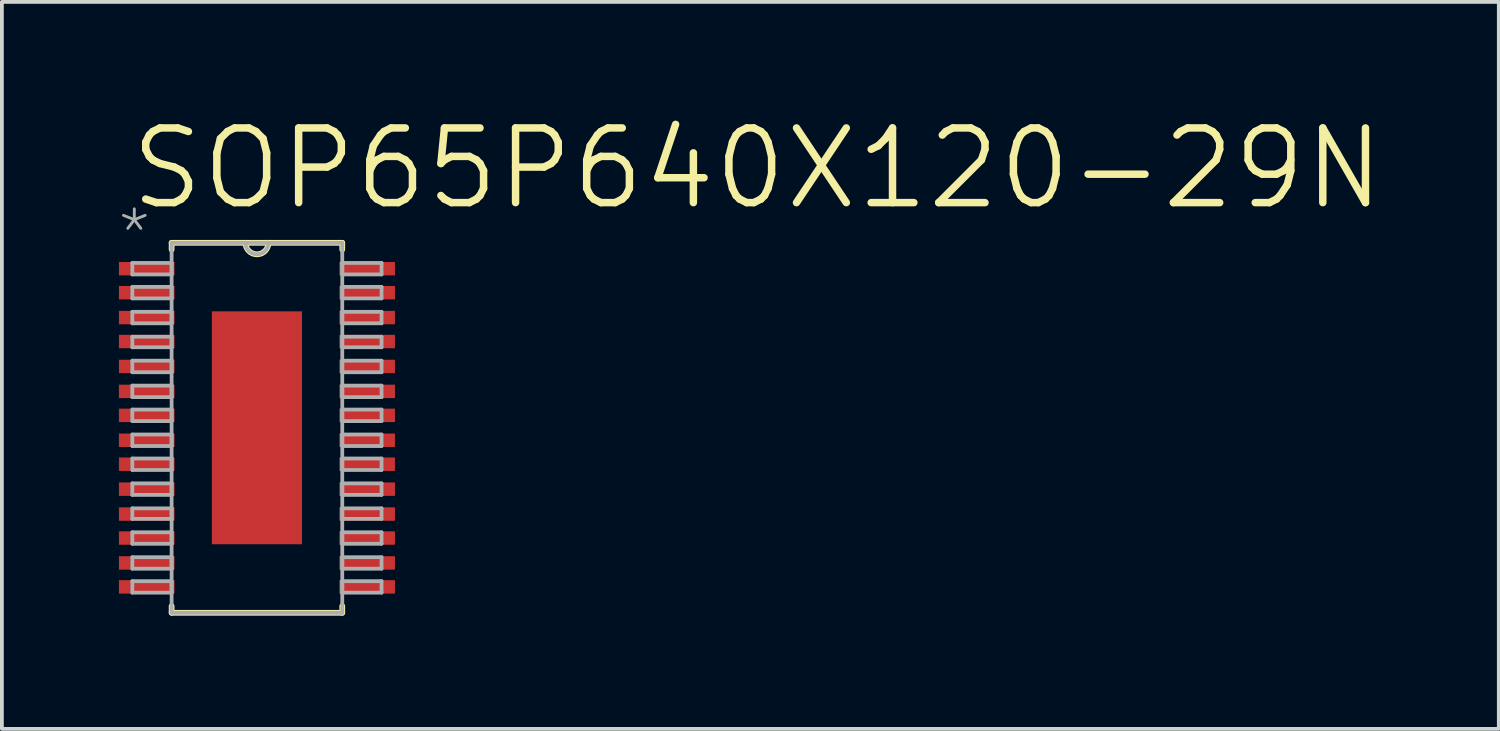
<source format=kicad_pcb>
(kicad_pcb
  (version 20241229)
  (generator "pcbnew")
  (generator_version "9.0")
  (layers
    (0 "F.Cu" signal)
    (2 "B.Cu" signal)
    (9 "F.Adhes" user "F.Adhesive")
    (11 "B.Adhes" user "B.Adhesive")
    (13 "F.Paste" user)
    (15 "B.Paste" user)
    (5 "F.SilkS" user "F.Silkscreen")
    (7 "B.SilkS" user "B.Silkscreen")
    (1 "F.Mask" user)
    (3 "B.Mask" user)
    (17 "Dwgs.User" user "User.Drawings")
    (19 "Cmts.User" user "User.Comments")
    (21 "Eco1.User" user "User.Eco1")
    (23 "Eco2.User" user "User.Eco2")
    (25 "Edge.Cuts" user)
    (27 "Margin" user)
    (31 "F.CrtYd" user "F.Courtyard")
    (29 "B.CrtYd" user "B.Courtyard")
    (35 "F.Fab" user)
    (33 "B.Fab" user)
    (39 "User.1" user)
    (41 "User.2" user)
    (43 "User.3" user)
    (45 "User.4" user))
  (footprint "SOP65P640X120-29N"
    (layer "F.Cu")
    (at 3.759 8.287)
    (property "Reference" "SOP65P640X120-29N" (at -3.454 -5.715 0) (layer "F.SilkS") (effects (font (size 1.979 1.979) (thickness 0.198)) (justify left bottom)))
    (attr through_hole)
    (fp_poly (pts (xy -0.889 -2.921) (xy -0.254 -2.921) (xy -0.254 -2.286) (xy -0.889 -2.286)) (stroke (width 0.15) (type solid)) (fill yes) (layer "F.Mask"))
    (fp_poly (pts (xy -0.889 -1.635) (xy -0.254 -1.635) (xy -0.254 -1) (xy -0.889 -1)) (stroke (width 0.15) (type solid)) (fill yes) (layer "F.Mask"))
    (fp_poly (pts (xy -0.889 -0.349) (xy -0.254 -0.349) (xy -0.254 0.286) (xy -0.889 0.286)) (stroke (width 0.15) (type solid)) (fill yes) (layer "F.Mask"))
    (fp_poly (pts (xy -0.889 0.937) (xy -0.254 0.937) (xy -0.254 1.572) (xy -0.889 1.572)) (stroke (width 0.15) (type solid)) (fill yes) (layer "F.Mask"))
    (fp_poly (pts (xy -0.889 2.223) (xy -0.254 2.223) (xy -0.254 2.857) (xy -0.889 2.857)) (stroke (width 0.15) (type solid)) (fill yes) (layer "F.Mask"))
    (fp_poly (pts (xy 0.254 -2.921) (xy 0.889 -2.921) (xy 0.889 -2.286) (xy 0.254 -2.286)) (stroke (width 0.15) (type solid)) (fill yes) (layer "F.Mask"))
    (fp_poly (pts (xy 0.254 -1.635) (xy 0.889 -1.635) (xy 0.889 -1) (xy 0.254 -1)) (stroke (width 0.15) (type solid)) (fill yes) (layer "F.Mask"))
    (fp_poly (pts (xy 0.254 -0.349) (xy 0.889 -0.349) (xy 0.889 0.286) (xy 0.254 0.286)) (stroke (width 0.15) (type solid)) (fill yes) (layer "F.Mask"))
    (fp_poly (pts (xy 0.254 0.937) (xy 0.889 0.937) (xy 0.889 1.572) (xy 0.254 1.572)) (stroke (width 0.15) (type solid)) (fill yes) (layer "F.Mask"))
    (fp_poly (pts (xy 0.254 2.223) (xy 0.889 2.223) (xy 0.889 2.857) (xy 0.254 2.857)) (stroke (width 0.15) (type solid)) (fill yes) (layer "F.Mask"))
    (fp_line (start -2.261 -4.902) (end -2.261 -4.724) (stroke (width 0.152) (type solid)) (layer "F.SilkS"))
    (fp_line (start -2.261 4.724) (end -2.261 4.902) (stroke (width 0.152) (type solid)) (layer "F.SilkS"))
    (fp_line (start -2.261 4.902) (end 2.261 4.902) (stroke (width 0.152) (type solid)) (layer "F.SilkS"))
    (fp_line (start -0.305 -4.902) (end -2.261 -4.902) (stroke (width 0.152) (type solid)) (layer "F.SilkS"))
    (fp_line (start 0.305 -4.902) (end -0.305 -4.902) (stroke (width 0.152) (type solid)) (layer "F.SilkS"))
    (fp_line (start 2.261 -4.902) (end 0.305 -4.902) (stroke (width 0.152) (type solid)) (layer "F.SilkS"))
    (fp_line (start 2.261 -4.724) (end 2.261 -4.902) (stroke (width 0.152) (type solid)) (layer "F.SilkS"))
    (fp_line (start 2.261 4.902) (end 2.261 4.724) (stroke (width 0.152) (type solid)) (layer "F.SilkS"))
    (fp_arc (start 0.3048 -4.9022) (mid 0 -4.5974) (end -0.3048 -4.9022) (stroke (width 0.1524) (type solid)) (layer "F.SilkS"))
    (fp_poly (pts (xy -0.889 -2.794) (xy -0.254 -2.794) (xy -0.254 -2.159) (xy -0.889 -2.159)) (stroke (width 0.15) (type solid)) (fill yes) (layer "F.Paste"))
    (fp_poly (pts (xy -0.889 -1.556) (xy -0.254 -1.556) (xy -0.254 -0.921) (xy -0.889 -0.921)) (stroke (width 0.15) (type solid)) (fill yes) (layer "F.Paste"))
    (fp_poly (pts (xy -0.889 -0.318) (xy -0.254 -0.318) (xy -0.254 0.318) (xy -0.889 0.318)) (stroke (width 0.15) (type solid)) (fill yes) (layer "F.Paste"))
    (fp_poly (pts (xy -0.889 0.921) (xy -0.254 0.921) (xy -0.254 1.556) (xy -0.889 1.556)) (stroke (width 0.15) (type solid)) (fill yes) (layer "F.Paste"))
    (fp_poly (pts (xy -0.889 2.159) (xy -0.254 2.159) (xy -0.254 2.794) (xy -0.889 2.794)) (stroke (width 0.15) (type solid)) (fill yes) (layer "F.Paste"))
    (fp_poly (pts (xy 0.254 -2.794) (xy 0.889 -2.794) (xy 0.889 -2.159) (xy 0.254 -2.159)) (stroke (width 0.15) (type solid)) (fill yes) (layer "F.Paste"))
    (fp_poly (pts (xy 0.254 -1.556) (xy 0.889 -1.556) (xy 0.889 -0.921) (xy 0.254 -0.921)) (stroke (width 0.15) (type solid)) (fill yes) (layer "F.Paste"))
    (fp_poly (pts (xy 0.254 -0.318) (xy 0.889 -0.318) (xy 0.889 0.318) (xy 0.254 0.318)) (stroke (width 0.15) (type solid)) (fill yes) (layer "F.Paste"))
    (fp_poly (pts (xy 0.254 0.921) (xy 0.889 0.921) (xy 0.889 1.556) (xy 0.254 1.556)) (stroke (width 0.15) (type solid)) (fill yes) (layer "F.Paste"))
    (fp_poly (pts (xy 0.254 2.159) (xy 0.889 2.159) (xy 0.889 2.794) (xy 0.254 2.794)) (stroke (width 0.15) (type solid)) (fill yes) (layer "F.Paste"))
    (fp_line (start -3.302 -4.369) (end -3.302 -4.064) (stroke (width 0.1) (type solid)) (layer "F.Fab"))
    (fp_line (start -3.302 -4.064) (end -2.261 -4.064) (stroke (width 0.1) (type solid)) (layer "F.Fab"))
    (fp_line (start -3.302 -3.734) (end -3.302 -3.429) (stroke (width 0.1) (type solid)) (layer "F.Fab"))
    (fp_line (start -3.302 -3.429) (end -2.261 -3.429) (stroke (width 0.1) (type solid)) (layer "F.Fab"))
    (fp_line (start -3.302 -3.073) (end -3.302 -2.769) (stroke (width 0.1) (type solid)) (layer "F.Fab"))
    (fp_line (start -3.302 -2.769) (end -2.261 -2.769) (stroke (width 0.1) (type solid)) (layer "F.Fab"))
    (fp_line (start -3.302 -2.413) (end -3.302 -2.134) (stroke (width 0.1) (type solid)) (layer "F.Fab"))
    (fp_line (start -3.302 -2.134) (end -2.261 -2.134) (stroke (width 0.1) (type solid)) (layer "F.Fab"))
    (fp_line (start -3.302 -1.778) (end -3.302 -1.473) (stroke (width 0.1) (type solid)) (layer "F.Fab"))
    (fp_line (start -3.302 -1.473) (end -2.261 -1.473) (stroke (width 0.1) (type solid)) (layer "F.Fab"))
    (fp_line (start -3.302 -1.118) (end -3.302 -0.813) (stroke (width 0.1) (type solid)) (layer "F.Fab"))
    (fp_line (start -3.302 -0.813) (end -2.261 -0.813) (stroke (width 0.1) (type solid)) (layer "F.Fab"))
    (fp_line (start -3.302 -0.483) (end -3.302 -0.178) (stroke (width 0.1) (type solid)) (layer "F.Fab"))
    (fp_line (start -3.302 -0.178) (end -2.261 -0.178) (stroke (width 0.1) (type solid)) (layer "F.Fab"))
    (fp_line (start -3.302 0.178) (end -3.302 0.483) (stroke (width 0.1) (type solid)) (layer "F.Fab"))
    (fp_line (start -3.302 0.483) (end -2.261 0.483) (stroke (width 0.1) (type solid)) (layer "F.Fab"))
    (fp_line (start -3.302 0.813) (end -3.302 1.118) (stroke (width 0.1) (type solid)) (layer "F.Fab"))
    (fp_line (start -3.302 1.118) (end -2.261 1.118) (stroke (width 0.1) (type solid)) (layer "F.Fab"))
    (fp_line (start -3.302 1.473) (end -3.302 1.778) (stroke (width 0.1) (type solid)) (layer "F.Fab"))
    (fp_line (start -3.302 1.778) (end -2.261 1.778) (stroke (width 0.1) (type solid)) (layer "F.Fab"))
    (fp_line (start -3.302 2.134) (end -3.302 2.413) (stroke (width 0.1) (type solid)) (layer "F.Fab"))
    (fp_line (start -3.302 2.413) (end -2.261 2.413) (stroke (width 0.1) (type solid)) (layer "F.Fab"))
    (fp_line (start -3.302 2.769) (end -3.302 3.073) (stroke (width 0.1) (type solid)) (layer "F.Fab"))
    (fp_line (start -3.302 3.073) (end -2.261 3.073) (stroke (width 0.1) (type solid)) (layer "F.Fab"))
    (fp_line (start -3.302 3.429) (end -3.302 3.734) (stroke (width 0.1) (type solid)) (layer "F.Fab"))
    (fp_line (start -3.302 3.734) (end -2.261 3.734) (stroke (width 0.1) (type solid)) (layer "F.Fab"))
    (fp_line (start -3.302 4.064) (end -3.302 4.369) (stroke (width 0.1) (type solid)) (layer "F.Fab"))
    (fp_line (start -3.302 4.369) (end -2.261 4.369) (stroke (width 0.1) (type solid)) (layer "F.Fab"))
    (fp_line (start -2.261 -4.902) (end -2.261 4.902) (stroke (width 0.1) (type solid)) (layer "F.Fab"))
    (fp_line (start -2.261 -4.369) (end -3.302 -4.369) (stroke (width 0.1) (type solid)) (layer "F.Fab"))
    (fp_line (start -2.261 -4.064) (end -2.261 -4.369) (stroke (width 0.1) (type solid)) (layer "F.Fab"))
    (fp_line (start -2.261 -3.734) (end -3.302 -3.734) (stroke (width 0.1) (type solid)) (layer "F.Fab"))
    (fp_line (start -2.261 -3.429) (end -2.261 -3.734) (stroke (width 0.1) (type solid)) (layer "F.Fab"))
    (fp_line (start -2.261 -3.073) (end -3.302 -3.073) (stroke (width 0.1) (type solid)) (layer "F.Fab"))
    (fp_line (start -2.261 -2.769) (end -2.261 -3.073) (stroke (width 0.1) (type solid)) (layer "F.Fab"))
    (fp_line (start -2.261 -2.413) (end -3.302 -2.413) (stroke (width 0.1) (type solid)) (layer "F.Fab"))
    (fp_line (start -2.261 -2.134) (end -2.261 -2.413) (stroke (width 0.1) (type solid)) (layer "F.Fab"))
    (fp_line (start -2.261 -1.778) (end -3.302 -1.778) (stroke (width 0.1) (type solid)) (layer "F.Fab"))
    (fp_line (start -2.261 -1.473) (end -2.261 -1.778) (stroke (width 0.1) (type solid)) (layer "F.Fab"))
    (fp_line (start -2.261 -1.118) (end -3.302 -1.118) (stroke (width 0.1) (type solid)) (layer "F.Fab"))
    (fp_line (start -2.261 -0.813) (end -2.261 -1.118) (stroke (width 0.1) (type solid)) (layer "F.Fab"))
    (fp_line (start -2.261 -0.483) (end -3.302 -0.483) (stroke (width 0.1) (type solid)) (layer "F.Fab"))
    (fp_line (start -2.261 -0.178) (end -2.261 -0.483) (stroke (width 0.1) (type solid)) (layer "F.Fab"))
    (fp_line (start -2.261 0.178) (end -3.302 0.178) (stroke (width 0.1) (type solid)) (layer "F.Fab"))
    (fp_line (start -2.261 0.483) (end -2.261 0.178) (stroke (width 0.1) (type solid)) (layer "F.Fab"))
    (fp_line (start -2.261 0.813) (end -3.302 0.813) (stroke (width 0.1) (type solid)) (layer "F.Fab"))
    (fp_line (start -2.261 1.118) (end -2.261 0.813) (stroke (width 0.1) (type solid)) (layer "F.Fab"))
    (fp_line (start -2.261 1.473) (end -3.302 1.473) (stroke (width 0.1) (type solid)) (layer "F.Fab"))
    (fp_line (start -2.261 1.778) (end -2.261 1.473) (stroke (width 0.1) (type solid)) (layer "F.Fab"))
    (fp_line (start -2.261 2.134) (end -3.302 2.134) (stroke (width 0.1) (type solid)) (layer "F.Fab"))
    (fp_line (start -2.261 2.413) (end -2.261 2.134) (stroke (width 0.1) (type solid)) (layer "F.Fab"))
    (fp_line (start -2.261 2.769) (end -3.302 2.769) (stroke (width 0.1) (type solid)) (layer "F.Fab"))
    (fp_line (start -2.261 3.073) (end -2.261 2.769) (stroke (width 0.1) (type solid)) (layer "F.Fab"))
    (fp_line (start -2.261 3.429) (end -3.302 3.429) (stroke (width 0.1) (type solid)) (layer "F.Fab"))
    (fp_line (start -2.261 3.734) (end -2.261 3.429) (stroke (width 0.1) (type solid)) (layer "F.Fab"))
    (fp_line (start -2.261 4.064) (end -3.302 4.064) (stroke (width 0.1) (type solid)) (layer "F.Fab"))
    (fp_line (start -2.261 4.369) (end -2.261 4.064) (stroke (width 0.1) (type solid)) (layer "F.Fab"))
    (fp_line (start -2.261 4.902) (end 2.261 4.902) (stroke (width 0.1) (type solid)) (layer "F.Fab"))
    (fp_line (start -0.305 -4.902) (end -2.261 -4.902) (stroke (width 0.1) (type solid)) (layer "F.Fab"))
    (fp_line (start 0.305 -4.902) (end -0.305 -4.902) (stroke (width 0.1) (type solid)) (layer "F.Fab"))
    (fp_line (start 2.261 -4.902) (end 0.305 -4.902) (stroke (width 0.1) (type solid)) (layer "F.Fab"))
    (fp_line (start 2.261 -4.369) (end 2.261 -4.064) (stroke (width 0.1) (type solid)) (layer "F.Fab"))
    (fp_line (start 2.261 -4.064) (end 3.302 -4.064) (stroke (width 0.1) (type solid)) (layer "F.Fab"))
    (fp_line (start 2.261 -3.734) (end 2.261 -3.429) (stroke (width 0.1) (type solid)) (layer "F.Fab"))
    (fp_line (start 2.261 -3.429) (end 3.302 -3.429) (stroke (width 0.1) (type solid)) (layer "F.Fab"))
    (fp_line (start 2.261 -3.073) (end 2.261 -2.769) (stroke (width 0.1) (type solid)) (layer "F.Fab"))
    (fp_line (start 2.261 -2.769) (end 3.302 -2.769) (stroke (width 0.1) (type solid)) (layer "F.Fab"))
    (fp_line (start 2.261 -2.413) (end 2.261 -2.134) (stroke (width 0.1) (type solid)) (layer "F.Fab"))
    (fp_line (start 2.261 -2.134) (end 3.302 -2.134) (stroke (width 0.1) (type solid)) (layer "F.Fab"))
    (fp_line (start 2.261 -1.778) (end 2.261 -1.473) (stroke (width 0.1) (type solid)) (layer "F.Fab"))
    (fp_line (start 2.261 -1.473) (end 3.302 -1.473) (stroke (width 0.1) (type solid)) (layer "F.Fab"))
    (fp_line (start 2.261 -1.118) (end 2.261 -0.813) (stroke (width 0.1) (type solid)) (layer "F.Fab"))
    (fp_line (start 2.261 -0.813) (end 3.302 -0.813) (stroke (width 0.1) (type solid)) (layer "F.Fab"))
    (fp_line (start 2.261 -0.483) (end 2.261 -0.178) (stroke (width 0.1) (type solid)) (layer "F.Fab"))
    (fp_line (start 2.261 -0.178) (end 3.302 -0.178) (stroke (width 0.1) (type solid)) (layer "F.Fab"))
    (fp_line (start 2.261 0.178) (end 2.261 0.483) (stroke (width 0.1) (type solid)) (layer "F.Fab"))
    (fp_line (start 2.261 0.483) (end 3.302 0.483) (stroke (width 0.1) (type solid)) (layer "F.Fab"))
    (fp_line (start 2.261 0.813) (end 2.261 1.118) (stroke (width 0.1) (type solid)) (layer "F.Fab"))
    (fp_line (start 2.261 1.118) (end 3.302 1.118) (stroke (width 0.1) (type solid)) (layer "F.Fab"))
    (fp_line (start 2.261 1.473) (end 2.261 1.778) (stroke (width 0.1) (type solid)) (layer "F.Fab"))
    (fp_line (start 2.261 1.778) (end 3.302 1.778) (stroke (width 0.1) (type solid)) (layer "F.Fab"))
    (fp_line (start 2.261 2.134) (end 2.261 2.413) (stroke (width 0.1) (type solid)) (layer "F.Fab"))
    (fp_line (start 2.261 2.413) (end 3.302 2.413) (stroke (width 0.1) (type solid)) (layer "F.Fab"))
    (fp_line (start 2.261 2.769) (end 2.261 3.073) (stroke (width 0.1) (type solid)) (layer "F.Fab"))
    (fp_line (start 2.261 3.073) (end 3.302 3.073) (stroke (width 0.1) (type solid)) (layer "F.Fab"))
    (fp_line (start 2.261 3.429) (end 2.261 3.734) (stroke (width 0.1) (type solid)) (layer "F.Fab"))
    (fp_line (start 2.261 3.734) (end 3.302 3.734) (stroke (width 0.1) (type solid)) (layer "F.Fab"))
    (fp_line (start 2.261 4.064) (end 2.261 4.369) (stroke (width 0.1) (type solid)) (layer "F.Fab"))
    (fp_line (start 2.261 4.369) (end 3.302 4.369) (stroke (width 0.1) (type solid)) (layer "F.Fab"))
    (fp_line (start 2.261 4.902) (end 2.261 -4.902) (stroke (width 0.1) (type solid)) (layer "F.Fab"))
    (fp_line (start 3.302 -4.369) (end 2.261 -4.369) (stroke (width 0.1) (type solid)) (layer "F.Fab"))
    (fp_line (start 3.302 -4.064) (end 3.302 -4.369) (stroke (width 0.1) (type solid)) (layer "F.Fab"))
    (fp_line (start 3.302 -3.734) (end 2.261 -3.734) (stroke (width 0.1) (type solid)) (layer "F.Fab"))
    (fp_line (start 3.302 -3.429) (end 3.302 -3.734) (stroke (width 0.1) (type solid)) (layer "F.Fab"))
    (fp_line (start 3.302 -3.073) (end 2.261 -3.073) (stroke (width 0.1) (type solid)) (layer "F.Fab"))
    (fp_line (start 3.302 -2.769) (end 3.302 -3.073) (stroke (width 0.1) (type solid)) (layer "F.Fab"))
    (fp_line (start 3.302 -2.413) (end 2.261 -2.413) (stroke (width 0.1) (type solid)) (layer "F.Fab"))
    (fp_line (start 3.302 -2.134) (end 3.302 -2.413) (stroke (width 0.1) (type solid)) (layer "F.Fab"))
    (fp_line (start 3.302 -1.778) (end 2.261 -1.778) (stroke (width 0.1) (type solid)) (layer "F.Fab"))
    (fp_line (start 3.302 -1.473) (end 3.302 -1.778) (stroke (width 0.1) (type solid)) (layer "F.Fab"))
    (fp_line (start 3.302 -1.118) (end 2.261 -1.118) (stroke (width 0.1) (type solid)) (layer "F.Fab"))
    (fp_line (start 3.302 -0.813) (end 3.302 -1.118) (stroke (width 0.1) (type solid)) (layer "F.Fab"))
    (fp_line (start 3.302 -0.483) (end 2.261 -0.483) (stroke (width 0.1) (type solid)) (layer "F.Fab"))
    (fp_line (start 3.302 -0.178) (end 3.302 -0.483) (stroke (width 0.1) (type solid)) (layer "F.Fab"))
    (fp_line (start 3.302 0.178) (end 2.261 0.178) (stroke (width 0.1) (type solid)) (layer "F.Fab"))
    (fp_line (start 3.302 0.483) (end 3.302 0.178) (stroke (width 0.1) (type solid)) (layer "F.Fab"))
    (fp_line (start 3.302 0.813) (end 2.261 0.813) (stroke (width 0.1) (type solid)) (layer "F.Fab"))
    (fp_line (start 3.302 1.118) (end 3.302 0.813) (stroke (width 0.1) (type solid)) (layer "F.Fab"))
    (fp_line (start 3.302 1.473) (end 2.261 1.473) (stroke (width 0.1) (type solid)) (layer "F.Fab"))
    (fp_line (start 3.302 1.778) (end 3.302 1.473) (stroke (width 0.1) (type solid)) (layer "F.Fab"))
    (fp_line (start 3.302 2.134) (end 2.261 2.134) (stroke (width 0.1) (type solid)) (layer "F.Fab"))
    (fp_line (start 3.302 2.413) (end 3.302 2.134) (stroke (width 0.1) (type solid)) (layer "F.Fab"))
    (fp_line (start 3.302 2.769) (end 2.261 2.769) (stroke (width 0.1) (type solid)) (layer "F.Fab"))
    (fp_line (start 3.302 3.073) (end 3.302 2.769) (stroke (width 0.1) (type solid)) (layer "F.Fab"))
    (fp_line (start 3.302 3.429) (end 2.261 3.429) (stroke (width 0.1) (type solid)) (layer "F.Fab"))
    (fp_line (start 3.302 3.734) (end 3.302 3.429) (stroke (width 0.1) (type solid)) (layer "F.Fab"))
    (fp_line (start 3.302 4.064) (end 2.261 4.064) (stroke (width 0.1) (type solid)) (layer "F.Fab"))
    (fp_line (start 3.302 4.369) (end 3.302 4.064) (stroke (width 0.1) (type solid)) (layer "F.Fab"))
    (fp_arc (start 0.3048 -4.9022) (mid 0 -4.5974) (end -0.3048 -4.9022) (stroke (width 0.1) (type solid)) (layer "F.Fab"))
    (fp_text user "*" (at -3.759 -4.445 0) (layer "F.Fab") (effects (font (size 1.206 1.206) (thickness 0.076)) (justify left bottom)))
    (pad "1" smd rect (at -2.921 -4.216) (size 1.473 0.356) (layers "F.Cu" "F.Mask" "F.Paste"))
    (pad "2" smd rect (at -2.921 -3.581) (size 1.473 0.356) (layers "F.Cu" "F.Mask" "F.Paste"))
    (pad "3" smd rect (at -2.921 -2.921) (size 1.473 0.356) (layers "F.Cu" "F.Mask" "F.Paste"))
    (pad "4" smd rect (at -2.921 -2.286) (size 1.473 0.356) (layers "F.Cu" "F.Mask" "F.Paste"))
    (pad "5" smd rect (at -2.921 -1.626) (size 1.473 0.356) (layers "F.Cu" "F.Mask" "F.Paste"))
    (pad "6" smd rect (at -2.921 -0.965) (size 1.473 0.356) (layers "F.Cu" "F.Mask" "F.Paste"))
    (pad "7" smd rect (at -2.921 -0.33) (size 1.473 0.356) (layers "F.Cu" "F.Mask" "F.Paste"))
    (pad "8" smd rect (at -2.921 0.33) (size 1.473 0.356) (layers "F.Cu" "F.Mask" "F.Paste"))
    (pad "9" smd rect (at -2.921 0.965) (size 1.473 0.356) (layers "F.Cu" "F.Mask" "F.Paste"))
    (pad "10" smd rect (at -2.921 1.626) (size 1.473 0.356) (layers "F.Cu" "F.Mask" "F.Paste"))
    (pad "11" smd rect (at -2.921 2.286) (size 1.473 0.356) (layers "F.Cu" "F.Mask" "F.Paste"))
    (pad "12" smd rect (at -2.921 2.921) (size 1.473 0.356) (layers "F.Cu" "F.Mask" "F.Paste"))
    (pad "13" smd rect (at -2.921 3.581) (size 1.473 0.356) (layers "F.Cu" "F.Mask" "F.Paste"))
    (pad "14" smd rect (at -2.921 4.216) (size 1.473 0.356) (layers "F.Cu" "F.Mask" "F.Paste"))
    (pad "15" smd rect (at 2.921 4.216) (size 1.473 0.356) (layers "F.Cu" "F.Mask" "F.Paste"))
    (pad "16" smd rect (at 2.921 3.581) (size 1.473 0.356) (layers "F.Cu" "F.Mask" "F.Paste"))
    (pad "17" smd rect (at 2.921 2.921) (size 1.473 0.356) (layers "F.Cu" "F.Mask" "F.Paste"))
    (pad "18" smd rect (at 2.921 2.286) (size 1.473 0.356) (layers "F.Cu" "F.Mask" "F.Paste"))
    (pad "19" smd rect (at 2.921 1.626) (size 1.473 0.356) (layers "F.Cu" "F.Mask" "F.Paste"))
    (pad "20" smd rect (at 2.921 0.965) (size 1.473 0.356) (layers "F.Cu" "F.Mask" "F.Paste"))
    (pad "21" smd rect (at 2.921 0.33) (size 1.473 0.356) (layers "F.Cu" "F.Mask" "F.Paste"))
    (pad "22" smd rect (at 2.921 -0.33) (size 1.473 0.356) (layers "F.Cu" "F.Mask" "F.Paste"))
    (pad "23" smd rect (at 2.921 -0.965) (size 1.473 0.356) (layers "F.Cu" "F.Mask" "F.Paste"))
    (pad "24" smd rect (at 2.921 -1.626) (size 1.473 0.356) (layers "F.Cu" "F.Mask" "F.Paste"))
    (pad "25" smd rect (at 2.921 -2.286) (size 1.473 0.356) (layers "F.Cu" "F.Mask" "F.Paste"))
    (pad "26" smd rect (at 2.921 -2.921) (size 1.473 0.356) (layers "F.Cu" "F.Mask" "F.Paste"))
    (pad "27" smd rect (at 2.921 -3.581) (size 1.473 0.356) (layers "F.Cu" "F.Mask" "F.Paste"))
    (pad "28" smd rect (at 2.921 -4.216) (size 1.473 0.356) (layers "F.Cu" "F.Mask" "F.Paste"))
    (pad "29" smd rect (at 0 0) (size 2.388 6.172) (layers "F.Cu" "F.Mask")))
  (gr_rect
    (start -3 -3)
    (end 36.669 16.266)
    (stroke (width 0.1) (type default))
    (fill no)
    (layer "Edge.Cuts")))
</source>
